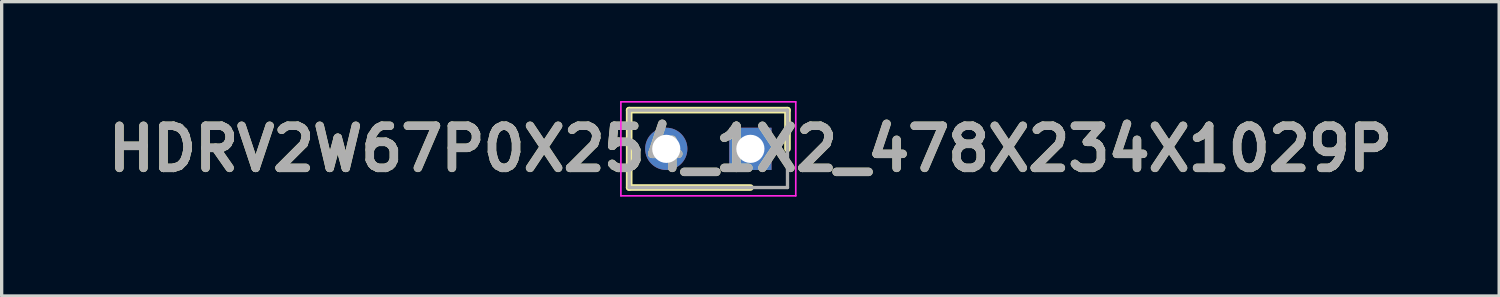
<source format=kicad_pcb>
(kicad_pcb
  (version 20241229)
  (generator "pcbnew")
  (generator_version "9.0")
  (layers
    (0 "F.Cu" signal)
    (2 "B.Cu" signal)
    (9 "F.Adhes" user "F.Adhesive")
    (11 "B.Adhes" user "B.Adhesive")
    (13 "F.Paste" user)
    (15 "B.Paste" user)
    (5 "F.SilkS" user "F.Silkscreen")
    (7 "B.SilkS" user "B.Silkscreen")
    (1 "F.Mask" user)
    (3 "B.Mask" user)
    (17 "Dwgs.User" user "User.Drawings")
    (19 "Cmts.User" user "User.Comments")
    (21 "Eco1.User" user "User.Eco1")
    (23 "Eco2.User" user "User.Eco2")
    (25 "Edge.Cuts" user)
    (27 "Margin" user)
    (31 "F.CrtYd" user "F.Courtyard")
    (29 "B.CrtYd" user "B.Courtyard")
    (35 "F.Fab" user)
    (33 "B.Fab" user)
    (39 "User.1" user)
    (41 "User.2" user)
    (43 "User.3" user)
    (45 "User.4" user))
  (footprint "HDRV2W67P0X254_1X2_478X234X1029P"
    (layer "F.Cu")
    (at 19.606 1.444)
    (property "Reference" "HDRV2W67P0X254_1X2_478X234X1029P" (at 0 0 0) (layer "F.SilkS") (effects (font (size 1.27 1.27) (thickness 0.254))))
    (attr through_hole)
    (fp_line (start -3.66 -1.169) (end 1.12 -1.169) (stroke (width 0.2) (type solid)) (layer "F.SilkS"))
    (fp_line (start -3.66 1.168) (end -3.66 -1.169) (stroke (width 0.2) (type solid)) (layer "F.SilkS"))
    (fp_line (start 0 1.168) (end -3.66 1.168) (stroke (width 0.2) (type solid)) (layer "F.SilkS"))
    (fp_line (start 1.12 -1.169) (end 1.12 0) (stroke (width 0.2) (type solid)) (layer "F.SilkS"))
    (fp_line (start -3.91 -1.419) (end 1.37 -1.419) (stroke (width 0.05) (type solid)) (layer "F.CrtYd"))
    (fp_line (start -3.91 1.418) (end -3.91 -1.419) (stroke (width 0.05) (type solid)) (layer "F.CrtYd"))
    (fp_line (start 1.37 -1.419) (end 1.37 1.418) (stroke (width 0.05) (type solid)) (layer "F.CrtYd"))
    (fp_line (start 1.37 1.418) (end -3.91 1.418) (stroke (width 0.05) (type solid)) (layer "F.CrtYd"))
    (fp_line (start -3.66 -1.169) (end 1.12 -1.169) (stroke (width 0.1) (type solid)) (layer "F.Fab"))
    (fp_line (start -3.66 1.168) (end -3.66 -1.169) (stroke (width 0.1) (type solid)) (layer "F.Fab"))
    (fp_line (start 1.12 -1.169) (end 1.12 1.168) (stroke (width 0.1) (type solid)) (layer "F.Fab"))
    (fp_line (start 1.12 1.168) (end -3.66 1.168) (stroke (width 0.1) (type solid)) (layer "F.Fab"))
    (fp_text user "${REFERENCE}" (at 0 0 0) (layer "F.Fab") (effects (font (size 1.27 1.27) (thickness 0.254))))
    (pad "1" thru_hole rect (at 0 0) (size 1.275 1.275) (drill 0.85) (layers "*.Cu" "*.Mask"))
    (pad "2" thru_hole circle (at -2.54 0) (size 1.275 1.275) (drill 0.85) (layers "*.Cu" "*.Mask")))
  (gr_rect
    (start -3 -3)
    (end 42.213 5.887)
    (stroke (width 0.1) (type default))
    (fill no)
    (layer "Edge.Cuts")))
</source>
